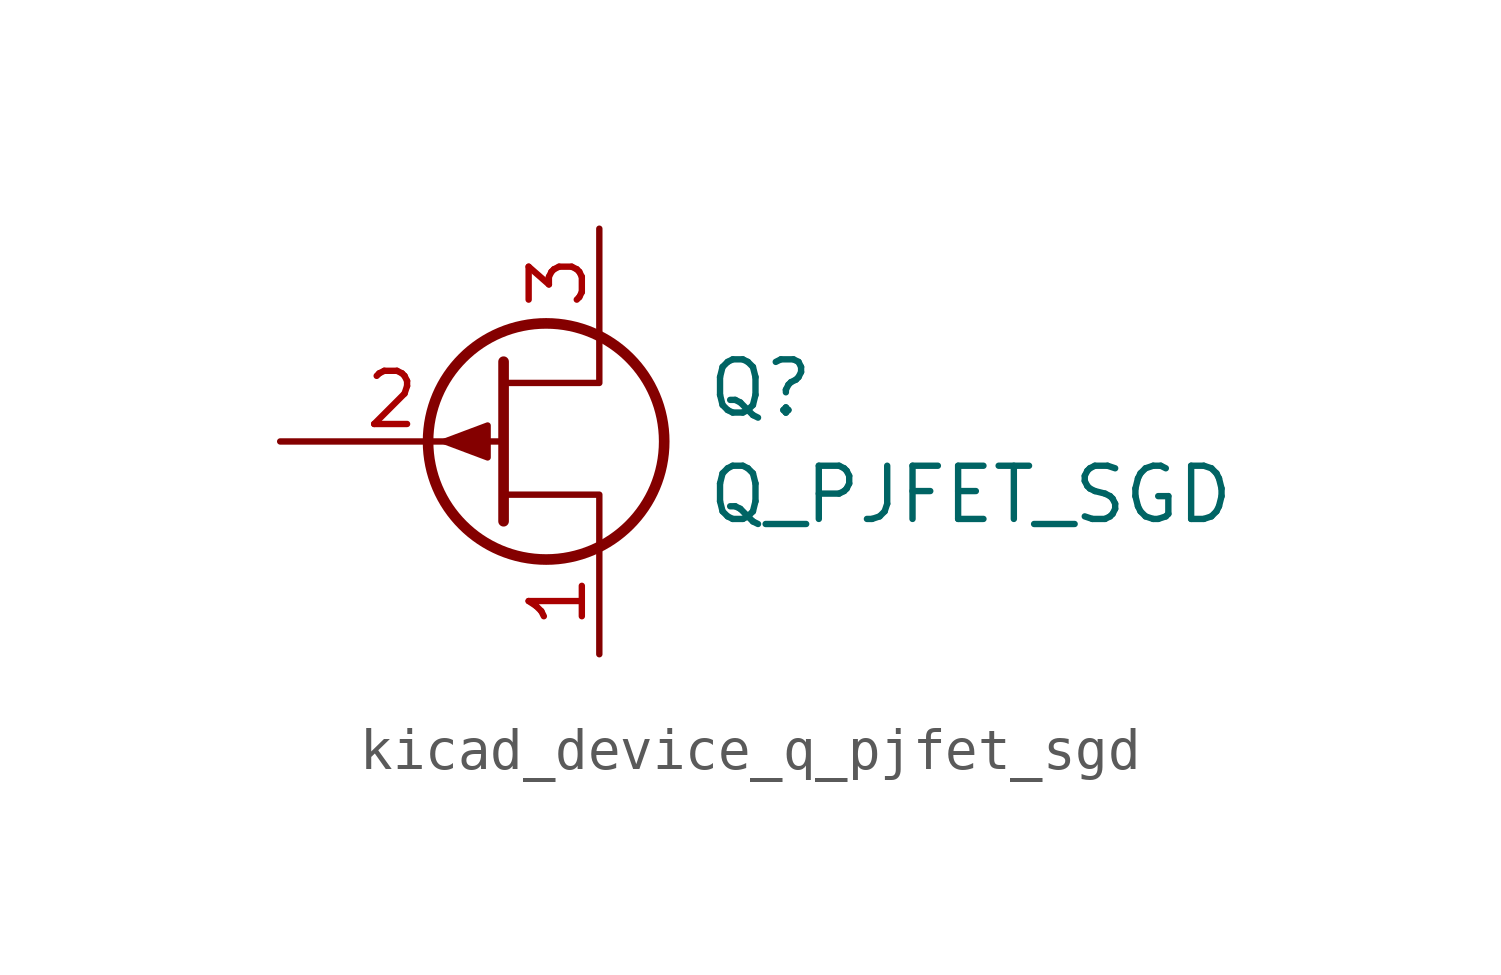
<source format=kicad_sym>
(kicad_symbol_lib
  (version 20220914)
  (generator kicad_symbol_editor)
  (symbol "kicad_device_q_pjfet_sgd"
    (pin_names
      (offset 0) hide)
    (property "Reference" "Q"
      (at 5.08 1.27 0)
      (effects (font (size 1.27 1.27)) (justify left)))
    (property "Value" "Q_PJFET_SGD"
      (at 5.08 -1.27 0)
      (effects (font (size 1.27 1.27)) (justify left)))
    (symbol "kicad_device_q_pjfet_sgd_0_1"
      (polyline (pts (xy 0.254 1.905) (xy 0.254 -1.905) (xy 0.254 -1.905)) (stroke (width 0.254) (type default)) (fill (type none)))
      (polyline (pts (xy 2.54 -2.54) (xy 2.54 -1.27) (xy 0.254 -1.27)) (stroke (width 0) (type default)) (fill (type none)))
      (polyline (pts (xy 2.54 2.54) (xy 2.54 1.397) (xy 0.254 1.397)) (stroke (width 0) (type default)) (fill (type none)))
      (polyline (pts (xy -1.143 0) (xy -0.127 0.381) (xy -0.127 -0.381) (xy -1.143 0)) (stroke (width 0) (type default)) (fill (type outline)))
      (circle (center 1.27 0) (radius 2.819) (stroke (width 0.254) (type default)) (fill (type none))))
    (symbol "kicad_device_q_pjfet_sgd_1_1"
      (pin passive line (at 2.54 -5.08 90) (length 2.54) (name "S" (effects (font (size 1.27 1.27)))) (number "1" (effects (font (size 1.27 1.27)))))
      (pin input line (at -5.08 0 0) (length 5.334) (name "G" (effects (font (size 1.27 1.27)))) (number "2" (effects (font (size 1.27 1.27)))))
      (pin passive line (at 2.54 5.08 270) (length 2.54) (name "D" (effects (font (size 1.27 1.27)))) (number "3" (effects (font (size 1.27 1.27))))))))
</source>
